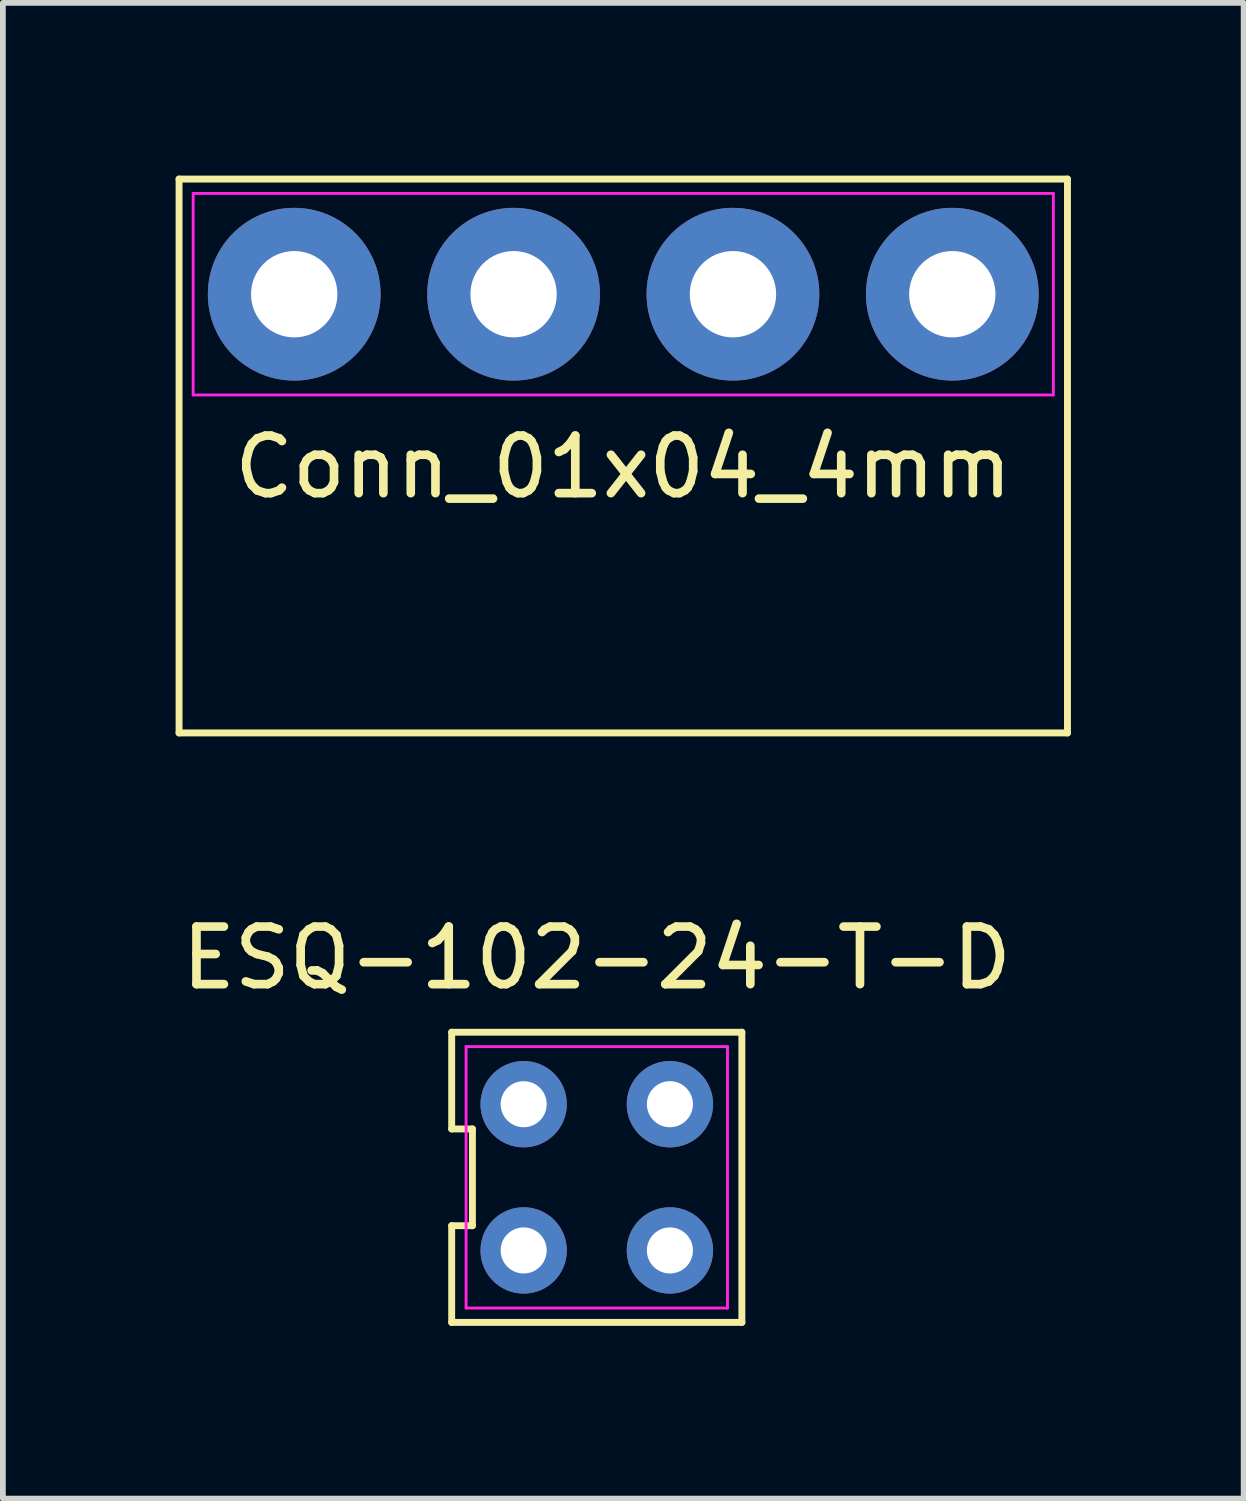
<source format=kicad_pcb>
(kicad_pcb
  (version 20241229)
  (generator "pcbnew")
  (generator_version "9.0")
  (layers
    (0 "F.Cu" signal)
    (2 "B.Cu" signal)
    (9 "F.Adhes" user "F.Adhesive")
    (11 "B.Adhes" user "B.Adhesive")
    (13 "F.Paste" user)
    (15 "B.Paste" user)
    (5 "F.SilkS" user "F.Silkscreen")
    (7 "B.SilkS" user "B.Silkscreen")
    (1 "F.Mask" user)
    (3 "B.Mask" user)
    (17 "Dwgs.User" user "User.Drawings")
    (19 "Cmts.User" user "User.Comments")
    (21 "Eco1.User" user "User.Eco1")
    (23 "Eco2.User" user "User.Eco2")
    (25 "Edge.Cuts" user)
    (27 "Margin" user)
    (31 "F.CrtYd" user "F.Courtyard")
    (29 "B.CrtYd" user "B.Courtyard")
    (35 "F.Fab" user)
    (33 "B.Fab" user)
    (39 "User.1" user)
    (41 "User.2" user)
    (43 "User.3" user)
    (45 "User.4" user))
  (footprint "ESQ-102-24-T-D"
    (layer "F.Cu")
    (at 7.315 17.398)
    (property "Reference" "ESQ-102-24-T-D" (at 0 -3.81 180) (layer "F.SilkS") (effects (font (size 1 1) (thickness 0.15))))
    (attr through_hole)
    (fp_line (start -2.52 -2.52) (end -2.52 -0.84) (stroke (width 0.12) (type solid)) (layer "F.SilkS"))
    (fp_line (start -2.52 -0.84) (end -2.16 -0.84) (stroke (width 0.12) (type solid)) (layer "F.SilkS"))
    (fp_line (start -2.52 0.84) (end -2.52 2.52) (stroke (width 0.12) (type solid)) (layer "F.SilkS"))
    (fp_line (start -2.52 2.52) (end 2.52 2.52) (stroke (width 0.12) (type solid)) (layer "F.SilkS"))
    (fp_line (start -2.16 -0.84) (end -2.16 0.84) (stroke (width 0.12) (type solid)) (layer "F.SilkS"))
    (fp_line (start -2.16 0.84) (end -2.52 0.84) (stroke (width 0.12) (type solid)) (layer "F.SilkS"))
    (fp_line (start 2.52 -2.52) (end -2.52 -2.52) (stroke (width 0.12) (type solid)) (layer "F.SilkS"))
    (fp_line (start 2.52 2.52) (end 2.52 -2.52) (stroke (width 0.12) (type solid)) (layer "F.SilkS"))
    (fp_line (start -2.27 -2.27) (end 2.27 -2.27) (stroke (width 0.05) (type solid)) (layer "F.CrtYd"))
    (fp_line (start -2.27 2.27) (end -2.27 -2.27) (stroke (width 0.05) (type solid)) (layer "F.CrtYd"))
    (fp_line (start 2.27 -2.27) (end 2.27 2.27) (stroke (width 0.05) (type solid)) (layer "F.CrtYd"))
    (fp_line (start 2.27 2.27) (end -2.27 2.27) (stroke (width 0.05) (type solid)) (layer "F.CrtYd"))
    (pad "1" thru_hole circle (at -1.27 1.27) (size 1.5 1.5) (drill 0.8) (layers "*.Cu" "*.Mask"))
    (pad "2" thru_hole circle (at 1.27 1.27) (size 1.5 1.5) (drill 0.8) (layers "*.Cu" "*.Mask"))
    (pad "3" thru_hole circle (at 1.27 -1.27) (size 1.5 1.5) (drill 0.8) (layers "*.Cu" "*.Mask"))
    (pad "4" thru_hole circle (at -1.27 -1.27) (size 1.5 1.5) (drill 0.8) (layers "*.Cu" "*.Mask")))
  (footprint "Conn_01x04_4mm"
    (layer "F.Cu")
    (at 7.775 2.06)
    (property "Reference" "Conn_01x04_4mm" (at 0 3 180) (layer "F.SilkS") (effects (font (size 1 1) (thickness 0.15))))
    (attr through_hole)
    (fp_line (start -7.715 -2) (end 7.715 -2) (stroke (width 0.12) (type solid)) (layer "F.SilkS"))
    (fp_line (start -7.715 7.62) (end -7.715 -2) (stroke (width 0.12) (type solid)) (layer "F.SilkS"))
    (fp_line (start 7.715 -2) (end 7.715 7.62) (stroke (width 0.12) (type solid)) (layer "F.SilkS"))
    (fp_line (start 7.715 7.62) (end -7.715 7.62) (stroke (width 0.12) (type solid)) (layer "F.SilkS"))
    (fp_line (start -7.47 -1.75) (end 7.47 -1.75) (stroke (width 0.05) (type solid)) (layer "F.CrtYd"))
    (fp_line (start -7.47 1.75) (end -7.47 -1.75) (stroke (width 0.05) (type solid)) (layer "F.CrtYd"))
    (fp_line (start 7.47 -1.75) (end 7.47 1.75) (stroke (width 0.05) (type solid)) (layer "F.CrtYd"))
    (fp_line (start 7.47 1.75) (end -7.47 1.75) (stroke (width 0.05) (type solid)) (layer "F.CrtYd"))
    (pad "1" thru_hole circle (at -5.715 0) (size 3 3) (drill 1.5) (layers "*.Cu" "*.Mask"))
    (pad "2" thru_hole circle (at -1.905 0) (size 3 3) (drill 1.5) (layers "*.Cu" "*.Mask"))
    (pad "3" thru_hole circle (at 1.905 0) (size 3 3) (drill 1.5) (layers "*.Cu" "*.Mask"))
    (pad "4" thru_hole circle (at 5.715 0) (size 3 3) (drill 1.5) (layers "*.Cu" "*.Mask")))
  (gr_rect
    (start -3 -3)
    (end 18.55 22.978)
    (stroke (width 0.1) (type default))
    (fill no)
    (layer "Edge.Cuts")))
</source>
